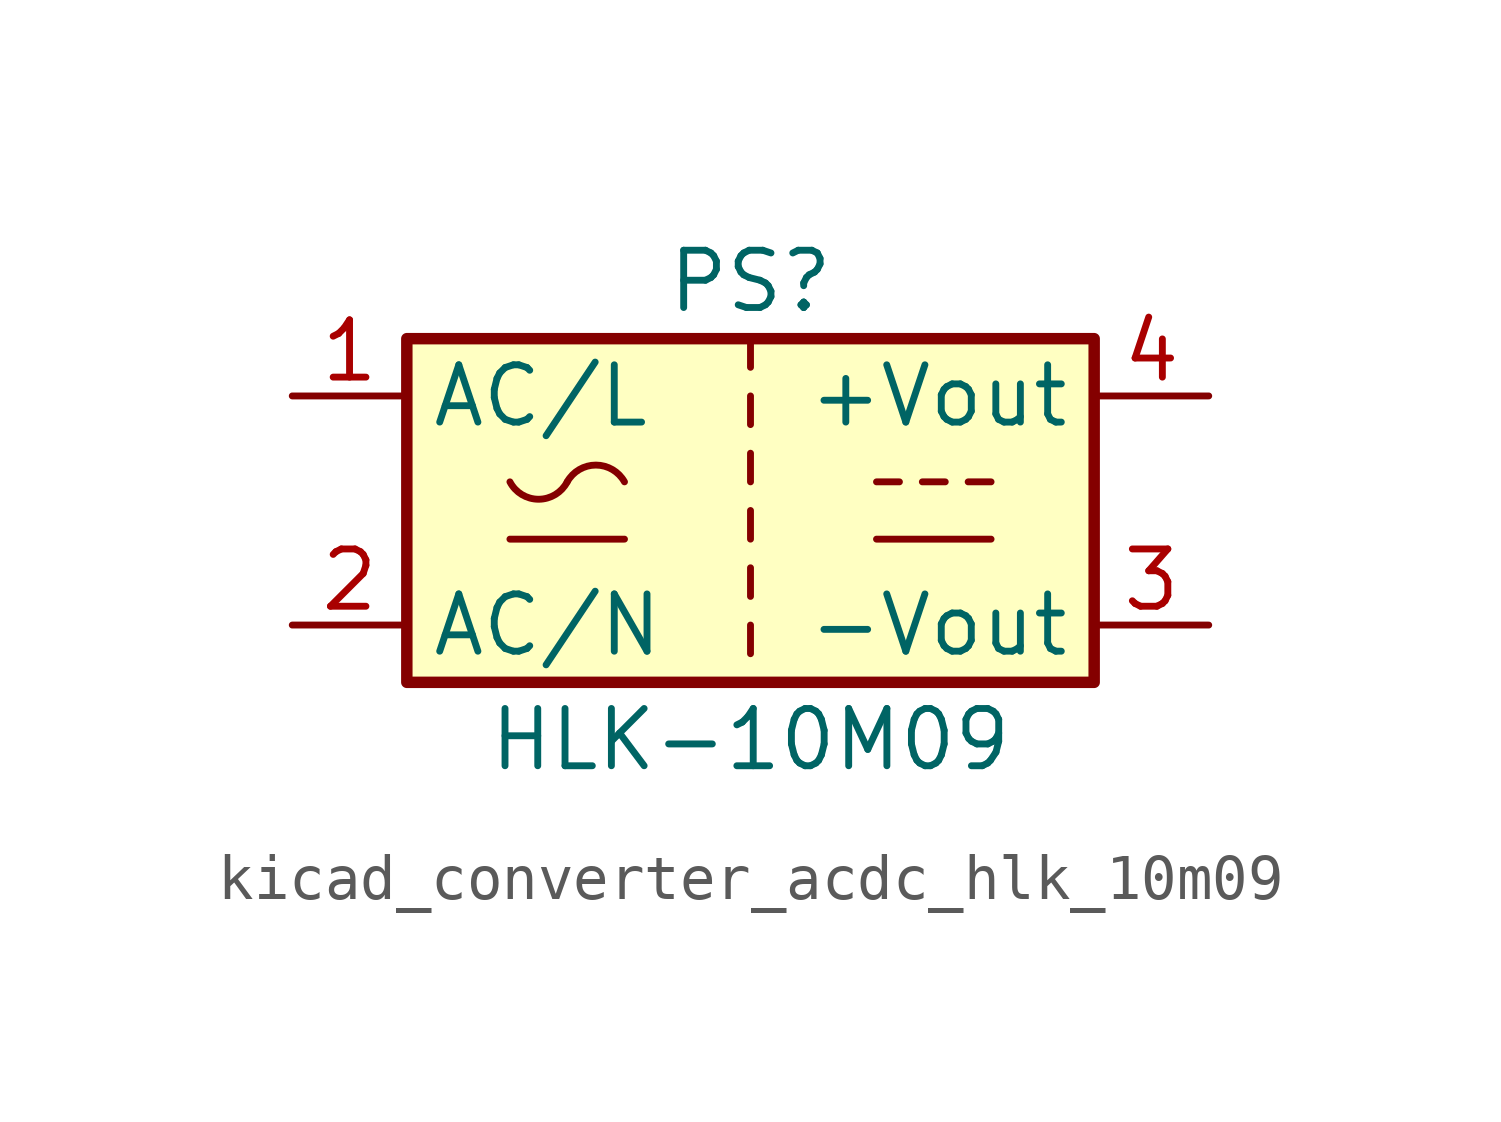
<source format=kicad_sym>
(kicad_symbol_lib
  (version 20220914)
  (generator kicad_symbol_editor)
  (symbol "kicad_converter_acdc_hlk_10m09"
    (property "Reference" "PS"
      (at 0 5.08 0)
      (effects (font (size 1.27 1.27))))
    (property "Value" "HLK-10M09"
      (at 0 -5.08 0)
      (effects (font (size 1.27 1.27))))
    (symbol "kicad_converter_acdc_hlk_10m09_0_1"
      (rectangle (start -7.62 3.81) (end 7.62 -3.81) (stroke (width 0.254) (type default)) (fill (type background)))
      (arc (start -5.334 0.635) (mid -4.699 0.2495) (end -4.064 0.635) (stroke (width 0) (type default)) (fill (type none)))
      (arc (start -2.794 0.635) (mid -3.429 1.0072) (end -4.064 0.635) (stroke (width 0) (type default)) (fill (type none)))
      (polyline (pts (xy -5.334 -0.635) (xy -2.794 -0.635)) (stroke (width 0) (type default)) (fill (type none)))
      (polyline (pts (xy 0 -2.54) (xy 0 -3.175)) (stroke (width 0) (type default)) (fill (type none)))
      (polyline (pts (xy 0 -1.27) (xy 0 -1.905)) (stroke (width 0) (type default)) (fill (type none)))
      (polyline (pts (xy 0 0) (xy 0 -0.635)) (stroke (width 0) (type default)) (fill (type none)))
      (polyline (pts (xy 0 1.27) (xy 0 0.635)) (stroke (width 0) (type default)) (fill (type none)))
      (polyline (pts (xy 0 2.54) (xy 0 1.905)) (stroke (width 0) (type default)) (fill (type none)))
      (polyline (pts (xy 0 3.81) (xy 0 3.175)) (stroke (width 0) (type default)) (fill (type none)))
      (polyline (pts (xy 2.794 -0.635) (xy 5.334 -0.635)) (stroke (width 0) (type default)) (fill (type none)))
      (polyline (pts (xy 2.794 0.635) (xy 3.302 0.635)) (stroke (width 0) (type default)) (fill (type none)))
      (polyline (pts (xy 3.81 0.635) (xy 4.318 0.635)) (stroke (width 0) (type default)) (fill (type none)))
      (polyline (pts (xy 4.826 0.635) (xy 5.334 0.635)) (stroke (width 0) (type default)) (fill (type none))))
    (symbol "kicad_converter_acdc_hlk_10m09_1_1"
      (pin power_in line (at -10.16 2.54 0) (length 2.54) (name "AC/L" (effects (font (size 1.27 1.27)))) (number "1" (effects (font (size 1.27 1.27)))))
      (pin power_in line (at -10.16 -2.54 0) (length 2.54) (name "AC/N" (effects (font (size 1.27 1.27)))) (number "2" (effects (font (size 1.27 1.27)))))
      (pin power_out line (at 10.16 -2.54 180) (length 2.54) (name "-Vout" (effects (font (size 1.27 1.27)))) (number "3" (effects (font (size 1.27 1.27)))))
      (pin power_out line (at 10.16 2.54 180) (length 2.54) (name "+Vout" (effects (font (size 1.27 1.27)))) (number "4" (effects (font (size 1.27 1.27))))))))
</source>
